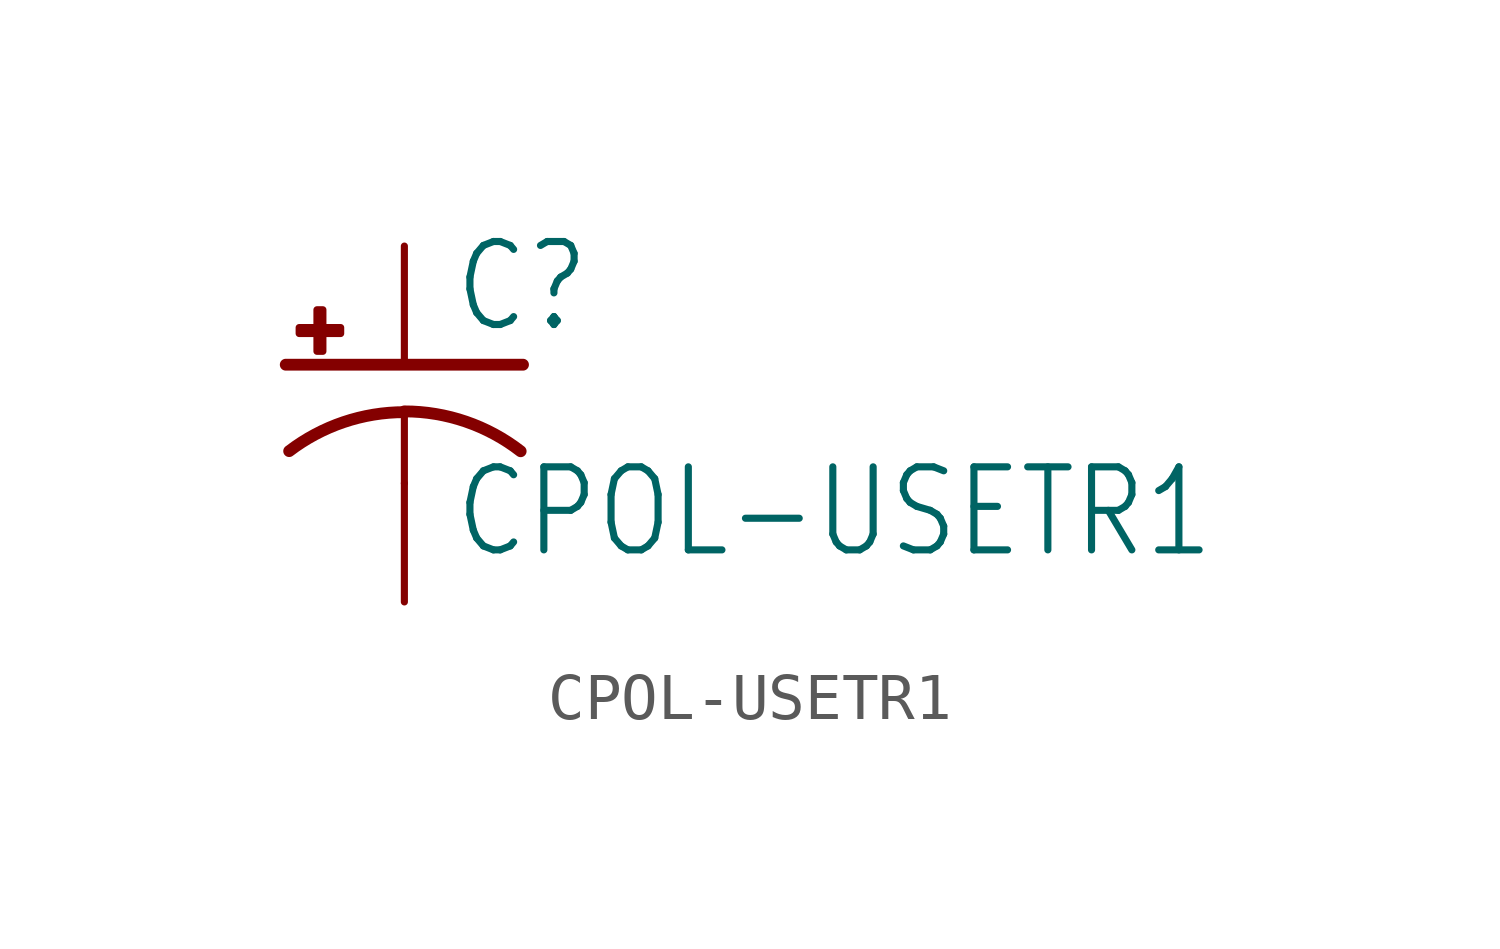
<source format=kicad_sym>
(kicad_symbol_lib
  (version 20211014)
  (generator kicad_symbol_editor)
  (symbol "CPOL-USETR1"
    (property "Reference" "C"
      (at 1.016 0.635 0)
      (effects (font (size 1.778 1.511)) (justify left bottom)))
    (property "Value" "CPOL-USETR1"
      (at 1.016 -4.191 0)
      (effects (font (size 1.778 1.511)) (justify left bottom)))
    (property "ki_locked" ""
      (at 0 0 0)
      (effects (font (size 1.27 1.27))))
    (symbol "CPOL-USETR1_1_0"
      (rectangle (start -2.253 0.668) (end -1.364 0.795) (stroke (width 0) (type default) (color 0 0 0 0)) (fill (type outline)))
      (rectangle (start -1.872 0.287) (end -1.745 1.176) (stroke (width 0) (type default) (color 0 0 0 0)) (fill (type outline)))
      (arc (start 0 -1.0161) (mid -1.3021 -1.2302) (end -2.4669 -1.8504) (stroke (width 0.254) (type default) (color 0 0 0 0)) (fill (type none)))
      (polyline (pts (xy -2.54 0) (xy 2.54 0)) (stroke (width 0.254) (type default) (color 0 0 0 0)) (fill (type none)))
      (polyline (pts (xy 0 -1.016) (xy 0 -2.54)) (stroke (width 0.152) (type default) (color 0 0 0 0)) (fill (type none)))
      (arc (start 2.4892 -1.8542) (mid 1.3158 -1.2195) (end 0 -1) (stroke (width 0.254) (type default) (color 0 0 0 0)) (fill (type none)))
      (pin passive line (at 0 2.54 270) (length 2.54) (name "+" (effects (font (size 0 0)))) (number "+" (effects (font (size 0 0)))))
      (pin passive line (at 0 -5.08 90) (length 2.54) (name "-" (effects (font (size 0 0)))) (number "-" (effects (font (size 0 0))))))))
</source>
